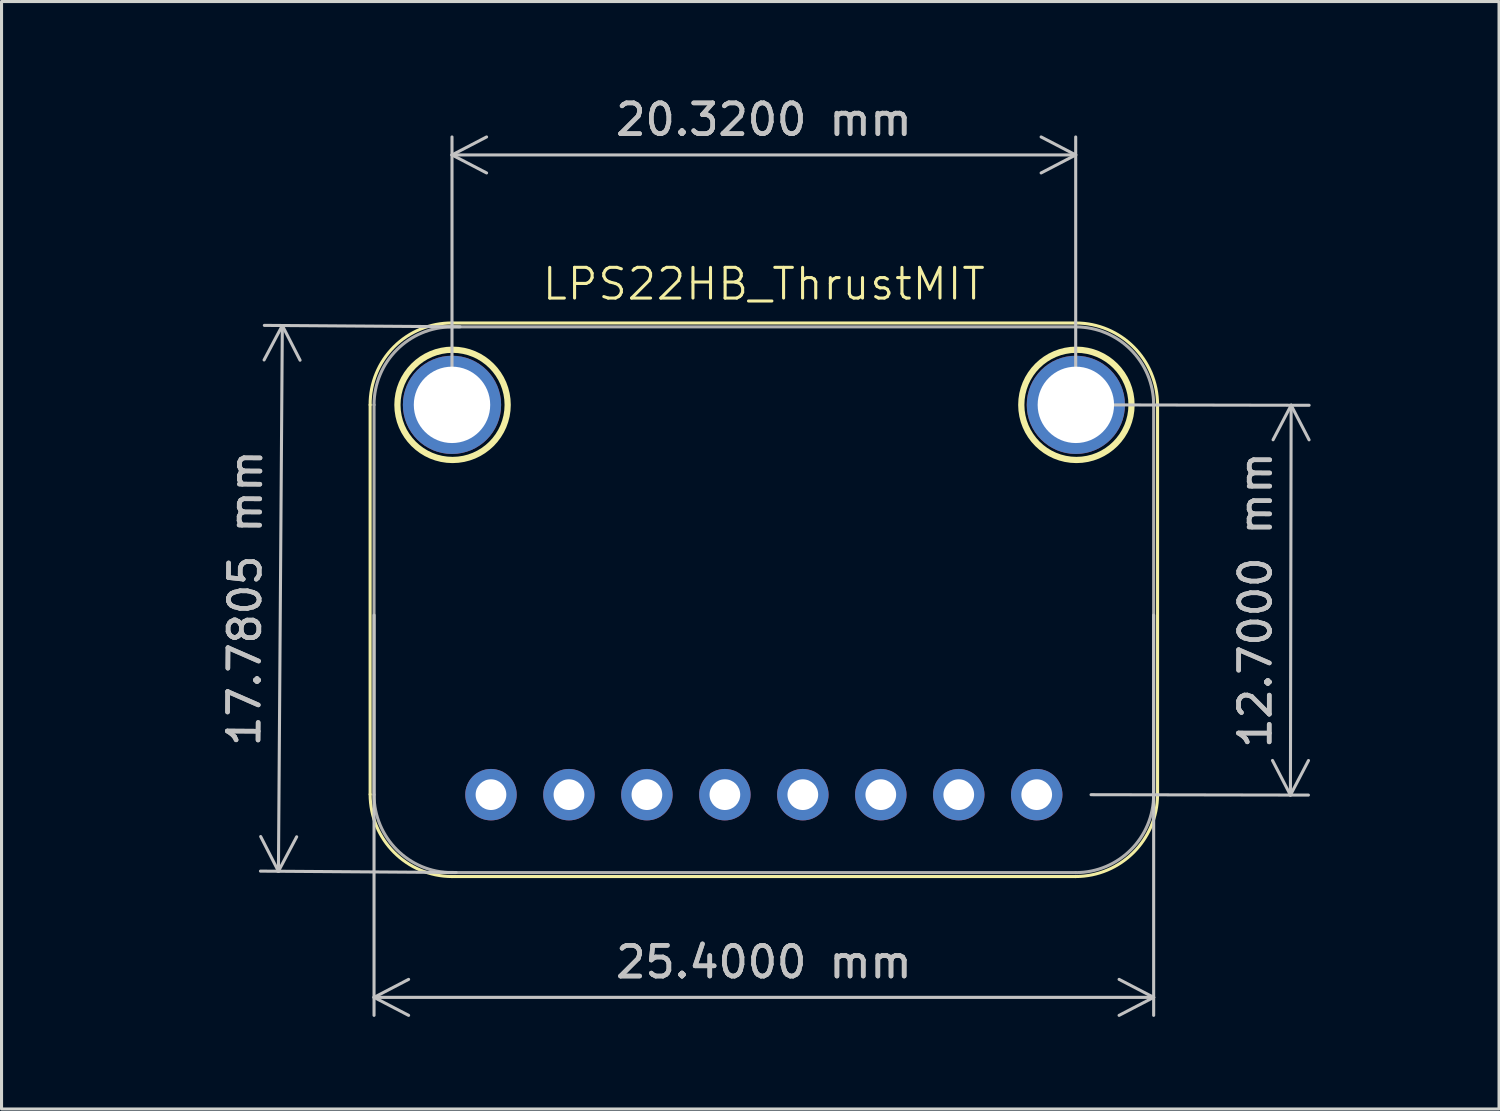
<source format=kicad_pcb>
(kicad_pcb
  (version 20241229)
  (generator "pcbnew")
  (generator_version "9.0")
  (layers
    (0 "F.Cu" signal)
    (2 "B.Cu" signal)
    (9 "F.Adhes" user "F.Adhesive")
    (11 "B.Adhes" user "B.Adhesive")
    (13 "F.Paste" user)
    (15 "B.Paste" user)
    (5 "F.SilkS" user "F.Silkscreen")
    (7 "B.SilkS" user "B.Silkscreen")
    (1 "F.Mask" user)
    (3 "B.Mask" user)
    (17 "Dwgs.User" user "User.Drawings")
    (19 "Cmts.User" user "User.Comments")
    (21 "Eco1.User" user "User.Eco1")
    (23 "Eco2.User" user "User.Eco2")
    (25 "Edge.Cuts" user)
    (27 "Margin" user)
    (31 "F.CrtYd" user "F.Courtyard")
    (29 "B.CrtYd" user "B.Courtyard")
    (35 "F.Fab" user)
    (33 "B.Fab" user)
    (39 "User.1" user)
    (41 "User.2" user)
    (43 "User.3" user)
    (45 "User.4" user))
  (footprint "LPS22HB_ThrustMIT"
    (layer "F.Cu")
    (at 21.836 16.49)
    (property "Reference" "LPS22HB_ThrustMIT" (at 0 -10.287 0) (unlocked yes) (layer "F.SilkS") (effects (font (size 1 1) (thickness 0.1))))
    (attr through_hole)
    (fp_line (start -12.827 -6.35) (end -12.827 6.34) (stroke (width 0.1) (type default)) (layer "F.SilkS"))
    (fp_line (start -10.16 -9.017) (end 10.16 -9.017) (stroke (width 0.1) (type default)) (layer "F.SilkS"))
    (fp_line (start 10.16 9.017) (end -10.16 9.017) (stroke (width 0.1) (type default)) (layer "F.SilkS"))
    (fp_line (start 12.827 -6.35) (end 12.827 6.35) (stroke (width 0.1) (type default)) (layer "F.SilkS"))
    (fp_arc (start -12.827 -6.35) (mid -12.050407 -8.240407) (end -10.16 -9.017) (stroke (width 0.1) (type default)) (layer "F.SilkS"))
    (fp_arc (start -10.16 9.017) (mid -12.046433 8.229391) (end -12.826963 6.340019) (stroke (width 0.1) (type default)) (layer "F.SilkS"))
    (fp_arc (start 10.16 -9.017) (mid 12.045854 -8.235854) (end 12.827 -6.35) (stroke (width 0.1) (type default)) (layer "F.SilkS"))
    (fp_arc (start 12.827 6.35) (mid 12.039392 8.236433) (end 10.150019 9.016963) (stroke (width 0.1) (type default)) (layer "F.SilkS"))
    (fp_circle (center -10.142 -6.35) (end -8.346 -6.35) (stroke (width 0.203) (type default)) (fill no) (layer "F.SilkS"))
    (fp_circle (center 10.183 -6.35) (end 11.979 -6.35) (stroke (width 0.203) (type default)) (fill no) (layer "F.SilkS"))
    (fp_line (start -12.7 6.35) (end -12.7 -6.35) (stroke (width 0.1) (type default)) (layer "F.Fab"))
    (fp_line (start -10.16 -8.89) (end 10.16 -8.89) (stroke (width 0.1) (type default)) (layer "F.Fab"))
    (fp_line (start 10.16 8.89) (end -10.16 8.89) (stroke (width 0.1) (type default)) (layer "F.Fab"))
    (fp_line (start 12.7 -6.35) (end 12.7 6.35) (stroke (width 0.1) (type default)) (layer "F.Fab"))
    (fp_arc (start -12.7 -6.35) (mid -11.956051 -8.146051) (end -10.16 -8.89) (stroke (width 0.1) (type default)) (layer "F.Fab"))
    (fp_arc (start -10.16 8.89) (mid -11.956051 8.146051) (end -12.7 6.35) (stroke (width 0.1) (type default)) (layer "F.Fab"))
    (fp_arc (start 10.16 -8.89) (mid 11.956051 -8.146051) (end 12.7 -6.35) (stroke (width 0.1) (type default)) (layer "F.Fab"))
    (fp_arc (start 12.7 6.35) (mid 11.956051 8.146051) (end 10.16 8.89) (stroke (width 0.1) (type default)) (layer "F.Fab"))
    (fp_poly (pts (xy -9.144 6.604) (xy -8.636 6.604) (xy -8.636 6.096) (xy -9.144 6.096)) (stroke (width 0.1) (type default)) (fill no) (layer "F.Fab"))
    (fp_poly (pts (xy -6.604 6.604) (xy -6.096 6.604) (xy -6.096 6.096) (xy -6.604 6.096)) (stroke (width 0.1) (type default)) (fill no) (layer "F.Fab"))
    (fp_poly (pts (xy -4.064 6.604) (xy -3.556 6.604) (xy -3.556 6.096) (xy -4.064 6.096)) (stroke (width 0.1) (type default)) (fill no) (layer "F.Fab"))
    (fp_poly (pts (xy -1.524 6.604) (xy -1.016 6.604) (xy -1.016 6.096) (xy -1.524 6.096)) (stroke (width 0.1) (type default)) (fill no) (layer "F.Fab"))
    (fp_poly (pts (xy 1.016 6.604) (xy 1.524 6.604) (xy 1.524 6.096) (xy 1.016 6.096)) (stroke (width 0.1) (type default)) (fill no) (layer "F.Fab"))
    (fp_poly (pts (xy 3.556 6.604) (xy 4.064 6.604) (xy 4.064 6.096) (xy 3.556 6.096)) (stroke (width 0.1) (type default)) (fill no) (layer "F.Fab"))
    (fp_poly (pts (xy 6.096 6.604) (xy 6.604 6.604) (xy 6.604 6.096) (xy 6.096 6.096)) (stroke (width 0.1) (type default)) (fill no) (layer "F.Fab"))
    (fp_poly (pts (xy 8.636 6.604) (xy 9.144 6.604) (xy 9.144 6.096) (xy 8.636 6.096)) (stroke (width 0.1) (type default)) (fill no) (layer "F.Fab"))
    (dimension (type aligned) (layer "Dwgs.User") (pts (xy 12.438 7.6) (xy 12.311 25.38)) (height 6.29) (format (prefix "") (suffix "") (units 3) (units_format 1) (precision 4)) (style (thickness 0.1) (arrow_length 1.27) (text_position_mode 0) (arrow_direction outward) (extension_height 0.586) (extension_offset 0.5) (keep_text_aligned yes)) (gr_text "17.7805 mm" (at 4.935 16.437 89.591) (layer "Dwgs.User") (effects (font (size 1 1) (thickness 0.15)))))
    (dimension (type aligned) (layer "Dwgs.User") (pts (xy 9.136 16.49) (xy 34.536 16.49)) (height 12.954) (format (prefix "") (suffix "") (units 3) (units_format 1) (precision 4)) (style (thickness 0.1) (arrow_length 1.27) (text_position_mode 0) (arrow_direction outward) (extension_height 0.586) (extension_offset 0.5) (keep_text_aligned yes)) (gr_text "25.4000 mm" (at 21.836 28.294 0) (layer "Dwgs.User") (effects (font (size 1 1) (thickness 0.15)))))
    (dimension (type aligned) (layer "Dwgs.User") (pts (xy 11.676 10.14) (xy 31.996 10.14)) (height -8.142) (format (prefix "") (suffix "") (units 3) (units_format 1) (precision 4)) (style (thickness 0.1) (arrow_length 1.27) (text_position_mode 0) (arrow_direction outward) (extension_height 0.586) (extension_offset 0.5) (keep_text_aligned yes)) (gr_text "20.3200 mm" (at 21.836 0.848 5.639348387e-06) (layer "Dwgs.User") (effects (font (size 1 1) (thickness 0.15)))))
    (dimension (type aligned) (layer "Dwgs.User") (pts (xy 32.019 10.14) (xy 31.996 22.84)) (height -6.996) (format (prefix "") (suffix "") (units 3) (units_format 1) (precision 4)) (style (thickness 0.1) (arrow_length 1.27) (text_position_mode 0) (arrow_direction outward) (extension_height 0.586) (extension_offset 0.5) (keep_text_aligned yes)) (gr_text "12.7000 mm" (at 37.854 16.501 89.896) (layer "Dwgs.User") (effects (font (size 1 1) (thickness 0.15)))))
    (pad "1" thru_hole circle (at -8.89 6.35 90) (size 1.676 1.676) (drill 1) (layers "*.Cu" "*.Mask" "Eco2.User"))
    (pad "2" thru_hole circle (at -6.35 6.35 90) (size 1.676 1.676) (drill 1) (layers "*.Cu" "*.Mask" "Eco2.User"))
    (pad "3" thru_hole circle (at -3.81 6.35 90) (size 1.676 1.676) (drill 1) (layers "*.Cu" "*.Mask" "Eco2.User"))
    (pad "4" thru_hole circle (at -1.27 6.35 90) (size 1.676 1.676) (drill 1) (layers "*.Cu" "*.Mask" "Eco2.User"))
    (pad "5" thru_hole circle (at 1.27 6.35 90) (size 1.676 1.676) (drill 1) (layers "*.Cu" "*.Mask" "Eco2.User"))
    (pad "6" thru_hole circle (at 3.81 6.35 90) (size 1.676 1.676) (drill 1) (layers "*.Cu" "*.Mask" "Eco2.User"))
    (pad "7" thru_hole circle (at 6.35 6.35 90) (size 1.676 1.676) (drill 1) (layers "*.Cu" "*.Mask" "Eco2.User"))
    (pad "8" thru_hole circle (at 8.89 6.35 90) (size 1.676 1.676) (drill 1) (layers "*.Cu" "*.Mask" "Eco2.User"))
    (pad "M$1" thru_hole circle (at 10.165 -6.35) (size 3.2 3.2) (drill 2.489) (layers "*.Cu" "*.Mask"))
    (pad "M$2" thru_hole circle (at -10.16 -6.35) (size 3.2 3.2) (drill 2.489) (layers "*.Cu" "*.Mask")))
  (gr_rect
    (start -3 -3)
    (end 45.788 33.081)
    (stroke (width 0.1) (type default))
    (fill no)
    (layer "Edge.Cuts")))
</source>
